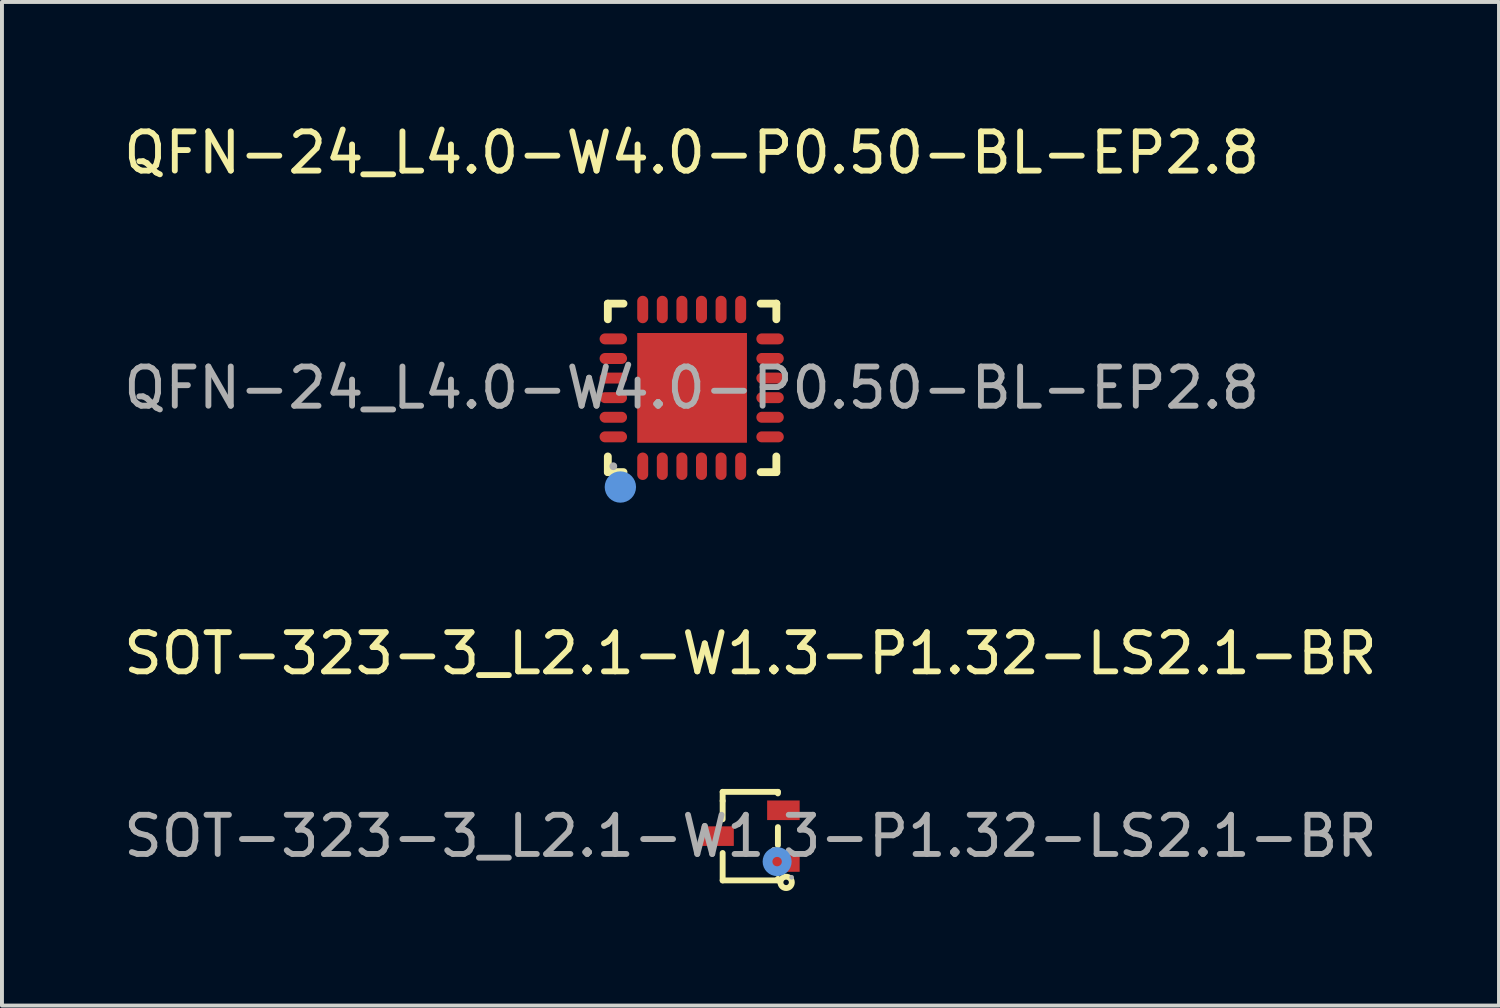
<source format=kicad_pcb>
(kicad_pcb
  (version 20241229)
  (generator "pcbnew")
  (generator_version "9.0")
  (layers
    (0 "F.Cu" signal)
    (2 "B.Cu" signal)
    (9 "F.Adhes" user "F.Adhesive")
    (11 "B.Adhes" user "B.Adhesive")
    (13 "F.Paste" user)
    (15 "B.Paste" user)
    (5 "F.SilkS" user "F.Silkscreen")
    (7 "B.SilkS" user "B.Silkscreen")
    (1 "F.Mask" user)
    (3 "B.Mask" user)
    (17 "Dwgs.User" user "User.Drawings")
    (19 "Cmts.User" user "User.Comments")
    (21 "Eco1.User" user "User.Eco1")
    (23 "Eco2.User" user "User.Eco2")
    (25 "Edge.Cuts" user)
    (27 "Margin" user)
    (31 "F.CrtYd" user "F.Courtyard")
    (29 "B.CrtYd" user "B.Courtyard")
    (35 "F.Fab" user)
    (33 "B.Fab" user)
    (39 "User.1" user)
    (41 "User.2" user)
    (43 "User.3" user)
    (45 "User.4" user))
  (footprint "SOT-323-3_L2.1-W1.3-P1.32-LS2.1-BR"
    (layer "F.Cu")
    (at 16.101 18.287)
    (property "Reference" "SOT-323-3_L2.1-W1.3-P1.32-LS2.1-BR" (at 0 -4.66 0) (layer "F.SilkS") (effects (font (size 1 1) (thickness 0.15))))
    (attr through_hole)
    (fp_line (start -0.71 -1.13) (end -0.71 -0.9) (stroke (width 0.15) (type solid)) (layer "F.SilkS"))
    (fp_line (start -0.71 -0.43) (end -0.71 -0.9) (stroke (width 0.15) (type solid)) (layer "F.SilkS"))
    (fp_line (start -0.71 1.13) (end -0.71 0.43) (stroke (width 0.15) (type solid)) (layer "F.SilkS"))
    (fp_line (start 0.7 -1.13) (end -0.71 -1.13) (stroke (width 0.15) (type solid)) (layer "F.SilkS"))
    (fp_line (start 0.7 -1.13) (end 0.7 -1.09) (stroke (width 0.15) (type solid)) (layer "F.SilkS"))
    (fp_line (start 0.7 -0.23) (end 0.7 0.23) (stroke (width 0.15) (type solid)) (layer "F.SilkS"))
    (fp_line (start 0.7 1.09) (end 0.7 1.13) (stroke (width 0.15) (type solid)) (layer "F.SilkS"))
    (fp_line (start 0.7 1.13) (end -0.71 1.13) (stroke (width 0.15) (type solid)) (layer "F.SilkS"))
    (fp_circle (center 0.91 1.18) (end 0.98 1.18) (stroke (width 0.15) (type solid)) (fill no) (layer "F.SilkS"))
    (fp_circle (center 0.68 0.65) (end 0.8 0.65) (stroke (width 0.25) (type solid)) (fill no) (layer "Cmts.User"))
    (fp_circle (center 1.05 1.05) (end 1.08 1.05) (stroke (width 0.06) (type solid)) (fill no) (layer "F.Fab"))
    (fp_text user "${REFERENCE}" (at 0 0 0) (layer "F.Fab") (effects (font (size 1 1) (thickness 0.15))))
    (pad "1" smd rect (at 0.84 0.66 90) (size 0.5 0.83) (layers "F.Cu" "F.Mask" "F.Paste"))
    (pad "2" smd rect (at 0.84 -0.66 90) (size 0.5 0.83) (layers "F.Cu" "F.Mask" "F.Paste"))
    (pad "3" smd rect (at -0.84 0 90) (size 0.5 0.83) (layers "F.Cu" "F.Mask" "F.Paste")))
  (footprint "QFN-24_L4.0-W4.0-P0.50-BL-EP2.8"
    (layer "F.Cu")
    (at 14.601 6.848)
    (property "Reference" "QFN-24_L4.0-W4.0-P0.50-BL-EP2.8" (at 0 -6 0) (layer "F.SilkS") (effects (font (size 1 1) (thickness 0.15))))
    (attr smd)
    (fp_line (start -2.14 -2.15) (end -1.74 -2.15) (stroke (width 0.2) (type solid)) (layer "F.SilkS"))
    (fp_line (start -2.14 -1.75) (end -2.14 -2.15) (stroke (width 0.2) (type solid)) (layer "F.SilkS"))
    (fp_line (start -2.14 2.15) (end -2.14 1.75) (stroke (width 0.2) (type solid)) (layer "F.SilkS"))
    (fp_line (start -1.74 2.15) (end -2.14 2.15) (stroke (width 0.2) (type solid)) (layer "F.SilkS"))
    (fp_line (start 2.16 -2.15) (end 1.76 -2.15) (stroke (width 0.2) (type solid)) (layer "F.SilkS"))
    (fp_line (start 2.16 -1.75) (end 2.16 -2.15) (stroke (width 0.2) (type solid)) (layer "F.SilkS"))
    (fp_line (start 2.16 1.75) (end 2.16 2.15) (stroke (width 0.2) (type solid)) (layer "F.SilkS"))
    (fp_line (start 2.16 2.15) (end 1.76 2.15) (stroke (width 0.2) (type solid)) (layer "F.SilkS"))
    (fp_circle (center -1.82 2.53) (end -1.62 2.53) (stroke (width 0.4) (type solid)) (fill no) (layer "Cmts.User"))
    (fp_circle (center -2 2) (end -1.95 2) (stroke (width 0.1) (type solid)) (fill no) (layer "F.Fab"))
    (fp_text user "${REFERENCE}" (at 0 0 0) (layer "F.Fab") (effects (font (size 1 1) (thickness 0.15))))
    (pad "1" smd oval (at -1.25 2 180) (size 0.28 0.7) (layers "F.Cu" "F.Mask" "F.Paste"))
    (pad "2" smd oval (at -0.75 2 180) (size 0.28 0.7) (layers "F.Cu" "F.Mask" "F.Paste"))
    (pad "3" smd oval (at -0.25 2 180) (size 0.28 0.7) (layers "F.Cu" "F.Mask" "F.Paste"))
    (pad "4" smd oval (at 0.25 2 180) (size 0.28 0.7) (layers "F.Cu" "F.Mask" "F.Paste"))
    (pad "5" smd oval (at 0.75 2 180) (size 0.28 0.7) (layers "F.Cu" "F.Mask" "F.Paste"))
    (pad "6" smd oval (at 1.25 2 180) (size 0.28 0.7) (layers "F.Cu" "F.Mask" "F.Paste"))
    (pad "7" smd oval (at 2 1.25 90) (size 0.28 0.7) (layers "F.Cu" "F.Mask" "F.Paste"))
    (pad "8" smd oval (at 2 0.75 90) (size 0.28 0.7) (layers "F.Cu" "F.Mask" "F.Paste"))
    (pad "9" smd oval (at 2 0.25 90) (size 0.28 0.7) (layers "F.Cu" "F.Mask" "F.Paste"))
    (pad "10" smd oval (at 2 -0.25 90) (size 0.28 0.7) (layers "F.Cu" "F.Mask" "F.Paste"))
    (pad "11" smd oval (at 2 -0.75 90) (size 0.28 0.7) (layers "F.Cu" "F.Mask" "F.Paste"))
    (pad "12" smd oval (at 2 -1.25 90) (size 0.28 0.7) (layers "F.Cu" "F.Mask" "F.Paste"))
    (pad "13" smd oval (at 1.25 -2 180) (size 0.28 0.7) (layers "F.Cu" "F.Mask" "F.Paste"))
    (pad "14" smd oval (at 0.75 -2 180) (size 0.28 0.7) (layers "F.Cu" "F.Mask" "F.Paste"))
    (pad "15" smd oval (at 0.25 -2 180) (size 0.28 0.7) (layers "F.Cu" "F.Mask" "F.Paste"))
    (pad "16" smd oval (at -0.25 -2 180) (size 0.28 0.7) (layers "F.Cu" "F.Mask" "F.Paste"))
    (pad "17" smd oval (at -0.75 -2 180) (size 0.28 0.7) (layers "F.Cu" "F.Mask" "F.Paste"))
    (pad "18" smd oval (at -1.25 -2 180) (size 0.28 0.7) (layers "F.Cu" "F.Mask" "F.Paste"))
    (pad "19" smd oval (at -2 -1.25 90) (size 0.28 0.7) (layers "F.Cu" "F.Mask" "F.Paste"))
    (pad "20" smd oval (at -2 -0.75 90) (size 0.28 0.7) (layers "F.Cu" "F.Mask" "F.Paste"))
    (pad "21" smd oval (at -2 -0.25 90) (size 0.28 0.7) (layers "F.Cu" "F.Mask" "F.Paste"))
    (pad "22" smd oval (at -2 0.25 90) (size 0.28 0.7) (layers "F.Cu" "F.Mask" "F.Paste"))
    (pad "23" smd oval (at -2 0.75 90) (size 0.28 0.7) (layers "F.Cu" "F.Mask" "F.Paste"))
    (pad "24" smd oval (at -2 1.25 90) (size 0.28 0.7) (layers "F.Cu" "F.Mask" "F.Paste"))
    (pad "25" smd rect (at 0.01 0 90) (size 2.8 2.8) (layers "F.Cu" "F.Mask" "F.Paste")))
  (gr_rect
    (start -3 -3)
    (end 35.202 22.611)
    (stroke (width 0.1) (type default))
    (fill no)
    (layer "Edge.Cuts")))
</source>
